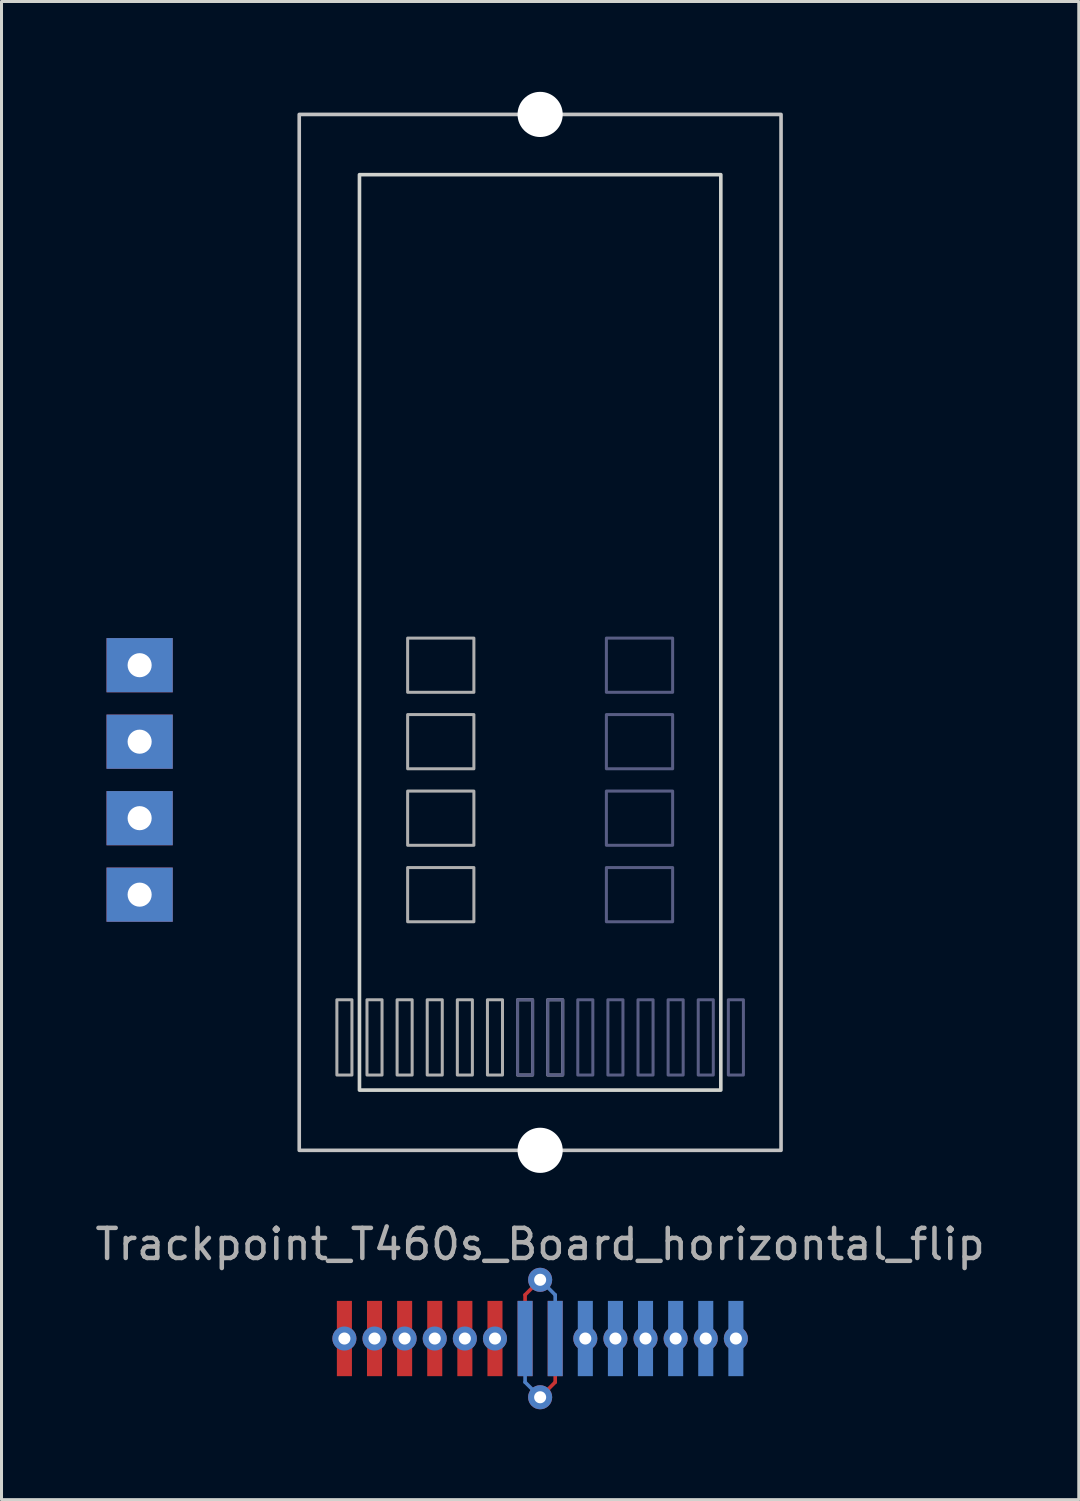
<source format=kicad_pcb>
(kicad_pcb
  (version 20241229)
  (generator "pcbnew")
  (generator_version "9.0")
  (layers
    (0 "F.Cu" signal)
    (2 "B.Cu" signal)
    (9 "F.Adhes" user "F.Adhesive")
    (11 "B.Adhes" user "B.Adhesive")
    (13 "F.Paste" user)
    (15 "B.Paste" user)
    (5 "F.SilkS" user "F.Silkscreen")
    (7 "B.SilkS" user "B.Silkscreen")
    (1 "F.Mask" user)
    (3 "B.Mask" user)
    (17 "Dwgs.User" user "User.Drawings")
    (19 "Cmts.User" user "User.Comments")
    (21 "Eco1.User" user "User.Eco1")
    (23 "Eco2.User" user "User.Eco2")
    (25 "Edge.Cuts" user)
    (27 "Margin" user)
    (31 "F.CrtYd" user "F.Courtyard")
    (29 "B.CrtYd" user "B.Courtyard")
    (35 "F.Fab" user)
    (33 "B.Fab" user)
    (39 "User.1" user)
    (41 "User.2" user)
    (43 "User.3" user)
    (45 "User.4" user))
  (footprint "Trackpoint_T460s_Board_horizontal_flip"
    (layer "F.Cu")
    (at 14.887 17.95)
    (property "Reference" "Trackpoint_T460s_Board_horizontal_flip" (at 0 20.32 0) (layer "F.Fab") (effects (font (size 1 1) (thickness 0.15))))
    (attr through_hole)
    (fp_line (start -0.5 22) (end -0.5 22.2) (stroke (width 0.12) (type default)) (layer "F.Cu"))
    (fp_line (start -0.5 22) (end 0 21.5) (stroke (width 0.12) (type default)) (layer "F.Cu"))
    (fp_line (start 0.5 24.9) (end 0 25.4) (stroke (width 0.12) (type default)) (layer "F.Cu"))
    (fp_line (start 0.5 24.9) (end 0.5 24.7) (stroke (width 0.12) (type default)) (layer "F.Cu"))
    (fp_line (start -0.5 24.9) (end -0.5 24.7) (stroke (width 0.12) (type default)) (layer "B.Cu"))
    (fp_line (start -0.5 24.9) (end 0 25.4) (stroke (width 0.12) (type default)) (layer "B.Cu"))
    (fp_line (start 0.5 22) (end 0 21.5) (stroke (width 0.12) (type default)) (layer "B.Cu"))
    (fp_line (start 0.5 22) (end 0.5 22.2) (stroke (width 0.12) (type default)) (layer "B.Cu"))
    (fp_rect (start -8 17.2) (end 8 -17.2) (stroke (width 0.12) (type default)) (fill no) (layer "Dwgs.User"))
    (fp_rect (start -6 15.2) (end 6 -15.2) (stroke (width 0.12) (type default)) (fill no) (layer "Edge.Cuts"))
    (fp_rect (start -0.75 12.2) (end -0.25 14.7) (stroke (width 0.1) (type solid)) (fill no) (layer "B.Fab"))
    (fp_rect (start 0.25 12.2) (end 0.75 14.7) (stroke (width 0.1) (type solid)) (fill no) (layer "B.Fab"))
    (fp_rect (start 1.25 12.2) (end 1.75 14.7) (stroke (width 0.1) (type solid)) (fill no) (layer "B.Fab"))
    (fp_rect (start 2.25 12.2) (end 2.75 14.7) (stroke (width 0.1) (type solid)) (fill no) (layer "B.Fab"))
    (fp_rect (start 3.25 12.2) (end 3.75 14.7) (stroke (width 0.1) (type solid)) (fill no) (layer "B.Fab"))
    (fp_rect (start 4.25 12.2) (end 4.75 14.7) (stroke (width 0.1) (type solid)) (fill no) (layer "B.Fab"))
    (fp_rect (start 4.4 1.99) (end 2.2 0.19) (stroke (width 0.1) (type solid)) (fill no) (layer "B.Fab"))
    (fp_rect (start 4.4 4.53) (end 2.2 2.73) (stroke (width 0.1) (type solid)) (fill no) (layer "B.Fab"))
    (fp_rect (start 4.4 7.07) (end 2.2 5.27) (stroke (width 0.1) (type solid)) (fill no) (layer "B.Fab"))
    (fp_rect (start 4.4 9.61) (end 2.2 7.81) (stroke (width 0.1) (type solid)) (fill no) (layer "B.Fab"))
    (fp_rect (start 5.25 12.2) (end 5.75 14.7) (stroke (width 0.1) (type solid)) (fill no) (layer "B.Fab"))
    (fp_rect (start 6.25 12.2) (end 6.75 14.7) (stroke (width 0.1) (type solid)) (fill no) (layer "B.Fab"))
    (fp_rect (start -6.25 12.2) (end -6.75 14.7) (stroke (width 0.1) (type solid)) (fill no) (layer "F.Fab"))
    (fp_rect (start -5.25 12.2) (end -5.75 14.7) (stroke (width 0.1) (type solid)) (fill no) (layer "F.Fab"))
    (fp_rect (start -4.4 1.99) (end -2.2 0.19) (stroke (width 0.1) (type solid)) (fill no) (layer "F.Fab"))
    (fp_rect (start -4.4 4.53) (end -2.2 2.73) (stroke (width 0.1) (type solid)) (fill no) (layer "F.Fab"))
    (fp_rect (start -4.4 7.07) (end -2.2 5.27) (stroke (width 0.1) (type solid)) (fill no) (layer "F.Fab"))
    (fp_rect (start -4.4 9.61) (end -2.2 7.81) (stroke (width 0.1) (type solid)) (fill no) (layer "F.Fab"))
    (fp_rect (start -4.25 12.2) (end -4.75 14.7) (stroke (width 0.1) (type solid)) (fill no) (layer "F.Fab"))
    (fp_rect (start -3.25 12.2) (end -3.75 14.7) (stroke (width 0.1) (type solid)) (fill no) (layer "F.Fab"))
    (fp_rect (start -2.25 12.2) (end -2.75 14.7) (stroke (width 0.1) (type solid)) (fill no) (layer "F.Fab"))
    (fp_rect (start -1.25 12.2) (end -1.75 14.7) (stroke (width 0.1) (type solid)) (fill no) (layer "F.Fab"))
    (fp_rect (start -0.25 12.2) (end -0.75 14.7) (stroke (width 0.1) (type solid)) (fill no) (layer "F.Fab"))
    (fp_rect (start 0.75 12.2) (end 0.25 14.7) (stroke (width 0.1) (type solid)) (fill no) (layer "F.Fab"))
    (pad "" np_thru_hole circle (at 0 -17.2) (size 1.5 1.5) (drill 1.5) (layers "*.Cu" "*.Mask"))
    (pad "" np_thru_hole circle (at 0 17.2) (size 1.5 1.5) (drill 1.5) (layers "*.Cu" "*.Mask"))
    (pad "1" smd rect (at -6.5 23.45) (size 0.5 2.5) (layers "F.Cu" "F.Mask" "F.Paste"))
    (pad "1" thru_hole circle (at -6.5 23.45 180) (size 0.8 0.8) (drill 0.4) (layers "*.Cu"))
    (pad "1" smd rect (at 6.5 23.45) (size 0.5 2.5) (layers "B.Cu" "B.Mask" "B.Paste"))
    (pad "1" thru_hole circle (at 6.5 23.45 180) (size 0.8 0.8) (drill 0.4) (layers "*.Cu"))
    (pad "2" smd rect (at -5.5 23.45) (size 0.5 2.5) (layers "F.Cu" "F.Mask" "F.Paste"))
    (pad "2" thru_hole circle (at -5.5 23.45 180) (size 0.8 0.8) (drill 0.4) (layers "*.Cu"))
    (pad "2" smd rect (at 5.5 23.45) (size 0.5 2.5) (layers "B.Cu" "B.Mask" "B.Paste"))
    (pad "2" thru_hole circle (at 5.5 23.45 180) (size 0.8 0.8) (drill 0.4) (layers "*.Cu"))
    (pad "3" smd rect (at -4.5 23.45) (size 0.5 2.5) (layers "F.Cu" "F.Mask" "F.Paste"))
    (pad "3" thru_hole circle (at -4.5 23.45 180) (size 0.8 0.8) (drill 0.4) (layers "*.Cu"))
    (pad "3" smd rect (at 4.5 23.45) (size 0.5 2.5) (layers "B.Cu" "B.Mask" "B.Paste"))
    (pad "3" thru_hole circle (at 4.5 23.45 180) (size 0.8 0.8) (drill 0.4) (layers "*.Cu"))
    (pad "4" smd rect (at -3.5 23.45) (size 0.5 2.5) (layers "F.Cu" "F.Mask" "F.Paste"))
    (pad "4" thru_hole circle (at -3.5 23.45 180) (size 0.8 0.8) (drill 0.4) (layers "*.Cu"))
    (pad "4" smd rect (at 3.5 23.45) (size 0.5 2.5) (layers "B.Cu" "B.Mask" "B.Paste"))
    (pad "4" thru_hole circle (at 3.5 23.45 180) (size 0.8 0.8) (drill 0.4) (layers "*.Cu"))
    (pad "5" smd rect (at -2.5 23.45) (size 0.5 2.5) (layers "F.Cu" "F.Mask" "F.Paste"))
    (pad "5" thru_hole circle (at -2.5 23.45 180) (size 0.8 0.8) (drill 0.4) (layers "*.Cu"))
    (pad "5" smd rect (at 2.5 23.45) (size 0.5 2.5) (layers "B.Cu" "B.Mask" "B.Paste"))
    (pad "5" thru_hole circle (at 2.5 23.45 180) (size 0.8 0.8) (drill 0.4) (layers "*.Cu"))
    (pad "6" smd rect (at -1.5 23.45) (size 0.5 2.5) (layers "F.Cu" "F.Mask" "F.Paste"))
    (pad "6" thru_hole circle (at -1.5 23.45 180) (size 0.8 0.8) (drill 0.4) (layers "*.Cu"))
    (pad "6" smd rect (at 1.5 23.45) (size 0.5 2.5) (layers "B.Cu" "B.Mask" "B.Paste"))
    (pad "6" thru_hole circle (at 1.5 23.45 180) (size 0.8 0.8) (drill 0.4) (layers "*.Cu"))
    (pad "7" smd rect (at -0.5 23.45) (size 0.5 2.5) (layers "F.Cu" "F.Mask" "F.Paste"))
    (pad "7" thru_hole circle (at 0 21.5 180) (size 0.8 0.8) (drill 0.4) (layers "*.Cu" "*.Paste" "*.Mask"))
    (pad "7" smd rect (at 0.5 23.45) (size 0.5 2.5) (layers "B.Cu" "B.Mask" "B.Paste"))
    (pad "8" smd rect (at -0.5 23.45) (size 0.5 2.5) (layers "B.Cu" "B.Mask" "B.Paste"))
    (pad "8" thru_hole circle (at 0 25.4) (size 0.8 0.8) (drill 0.4) (layers "*.Cu" "*.Paste" "*.Mask"))
    (pad "8" smd rect (at 0.5 23.45) (size 0.5 2.5) (layers "F.Cu" "F.Mask" "F.Paste"))
    (pad "A" thru_hole rect (at -13.3 1.09 180) (size 2.2 1.8) (drill 0.8) (layers "*.Cu" "*.Paste" "*.Mask"))
    (pad "B" thru_hole rect (at -13.3 3.63 180) (size 2.2 1.8) (drill 0.8) (layers "*.Cu" "*.Paste" "*.Mask"))
    (pad "C" thru_hole rect (at -13.3 6.17 180) (size 2.2 1.8) (drill 0.8) (layers "*.Cu" "*.Paste" "*.Mask"))
    (pad "D" thru_hole rect (at -13.3 8.71 180) (size 2.2 1.8) (drill 0.8) (layers "*.Cu" "*.Paste" "*.Mask")))
  (gr_rect
    (start -3 -3)
    (end 32.774 46.75)
    (stroke (width 0.1) (type default))
    (fill no)
    (layer "Edge.Cuts")))
</source>
